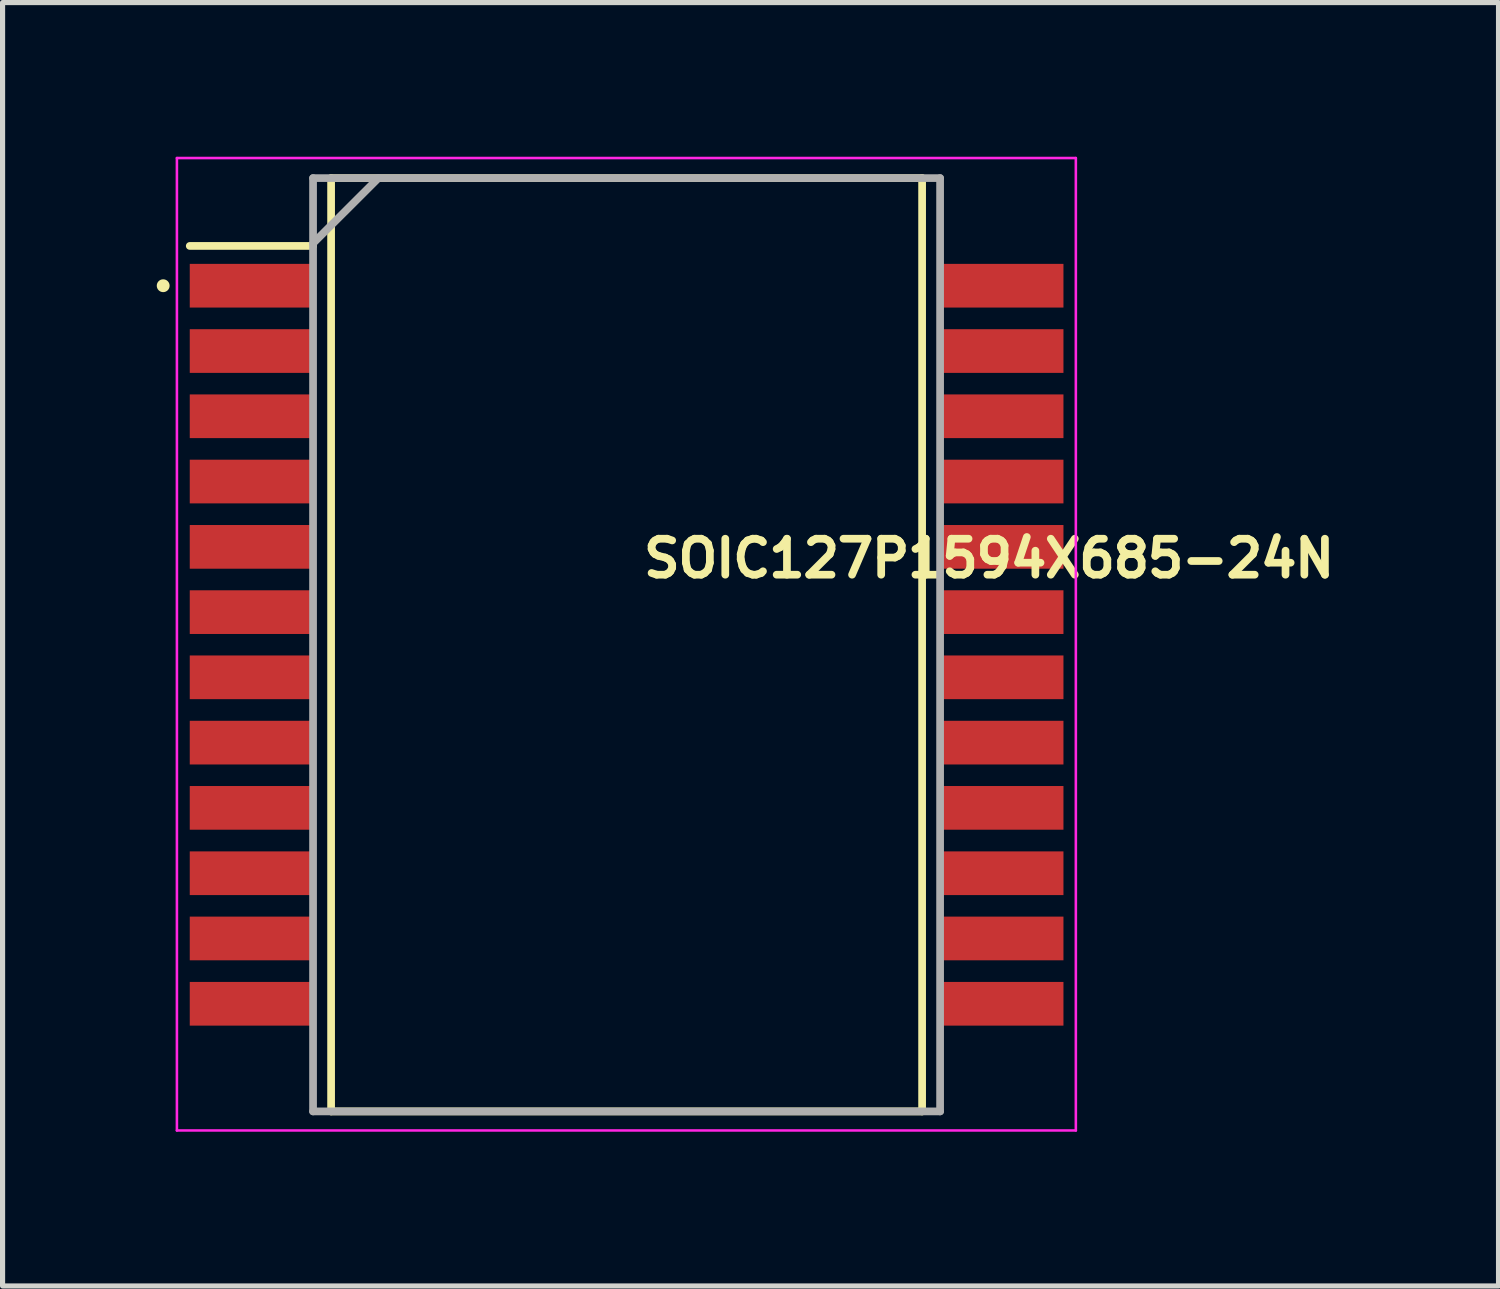
<source format=kicad_pcb>
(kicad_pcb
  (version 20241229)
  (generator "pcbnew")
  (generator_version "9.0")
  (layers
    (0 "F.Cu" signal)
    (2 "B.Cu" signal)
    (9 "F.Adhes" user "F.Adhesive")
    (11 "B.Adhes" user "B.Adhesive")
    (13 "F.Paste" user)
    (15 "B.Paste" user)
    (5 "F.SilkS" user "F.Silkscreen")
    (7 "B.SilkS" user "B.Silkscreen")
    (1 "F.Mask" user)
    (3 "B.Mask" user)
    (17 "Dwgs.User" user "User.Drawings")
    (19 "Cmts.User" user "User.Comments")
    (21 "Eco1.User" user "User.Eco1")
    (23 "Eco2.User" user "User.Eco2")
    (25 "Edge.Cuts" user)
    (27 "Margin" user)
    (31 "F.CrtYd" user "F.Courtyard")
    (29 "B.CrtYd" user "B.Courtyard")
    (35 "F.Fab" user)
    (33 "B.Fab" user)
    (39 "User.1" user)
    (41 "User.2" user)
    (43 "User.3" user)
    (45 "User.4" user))
  (footprint "SOIC127P1594X685-24N"
    (layer "F.Cu")
    (at 9.142 9.495)
    (property "Reference" "SOIC127P1594X685-24N" (at 0.254 -1.27 0) (layer "F.SilkS") (effects (font (size 0.7 0.7) (thickness 0.15)) (justify left bottom)))
    (attr smd)
    (fp_line (start -8.5 -7.76) (end -6.101 -7.76) (stroke (width 0.15) (type solid)) (layer "F.SilkS"))
    (fp_line (start -5.75 -9.08) (end 5.749 -9.08) (stroke (width 0.15) (type solid)) (layer "F.SilkS"))
    (fp_line (start -5.75 9.079) (end -5.75 -9.08) (stroke (width 0.15) (type solid)) (layer "F.SilkS"))
    (fp_line (start 5.749 -9.08) (end 5.749 9.079) (stroke (width 0.15) (type solid)) (layer "F.SilkS"))
    (fp_line (start 5.749 9.079) (end -5.75 9.079) (stroke (width 0.15) (type solid)) (layer "F.SilkS"))
    (fp_circle (center -9.017 -6.986) (end -8.967 -6.986) (stroke (width 0.15) (type solid)) (fill yes) (layer "F.SilkS"))
    (fp_line (start -8.75 -9.47) (end 8.74 -9.47) (stroke (width 0.05) (type solid)) (layer "F.CrtYd"))
    (fp_line (start -8.75 9.45) (end -8.75 -9.47) (stroke (width 0.05) (type solid)) (layer "F.CrtYd"))
    (fp_line (start 8.74 -9.47) (end 8.74 9.45) (stroke (width 0.05) (type solid)) (layer "F.CrtYd"))
    (fp_line (start 8.74 9.45) (end -8.75 9.45) (stroke (width 0.05) (type solid)) (layer "F.CrtYd"))
    (fp_line (start -6.101 -9.08) (end 6.099 -9.08) (stroke (width 0.15) (type solid)) (layer "F.Fab"))
    (fp_line (start -6.101 -7.811) (end -4.83 -9.08) (stroke (width 0.15) (type solid)) (layer "F.Fab"))
    (fp_line (start -6.101 9.079) (end -6.101 -9.08) (stroke (width 0.15) (type solid)) (layer "F.Fab"))
    (fp_line (start 6.099 -9.08) (end 6.099 9.079) (stroke (width 0.15) (type solid)) (layer "F.Fab"))
    (fp_line (start 6.099 9.079) (end -6.101 9.079) (stroke (width 0.15) (type solid)) (layer "F.Fab"))
    (fp_rect (start -8.001 -9.081) (end 7.999 9.079) (stroke (width 0.1) (type solid)) (fill no) (layer "User.5"))
    (fp_line (start -8.001 -7.239) (end -8.001 -6.731) (stroke (width 0.02) (type solid)) (layer "User.9"))
    (fp_line (start -8.001 -7.239) (end -7.305 -7.239) (stroke (width 0.02) (type solid)) (layer "User.9"))
    (fp_line (start -8.001 -6.731) (end -7.305 -6.731) (stroke (width 0.02) (type solid)) (layer "User.9"))
    (fp_line (start -8.001 -5.97) (end -8.001 -5.462) (stroke (width 0.02) (type solid)) (layer "User.9"))
    (fp_line (start -8.001 -5.97) (end -7.305 -5.97) (stroke (width 0.02) (type solid)) (layer "User.9"))
    (fp_line (start -8.001 -5.462) (end -7.305 -5.462) (stroke (width 0.02) (type solid)) (layer "User.9"))
    (fp_line (start -8.001 -4.699) (end -8.001 -4.191) (stroke (width 0.02) (type solid)) (layer "User.9"))
    (fp_line (start -8.001 -4.699) (end -7.305 -4.699) (stroke (width 0.02) (type solid)) (layer "User.9"))
    (fp_line (start -8.001 -4.191) (end -7.305 -4.191) (stroke (width 0.02) (type solid)) (layer "User.9"))
    (fp_line (start -8.001 -3.43) (end -8.001 -2.922) (stroke (width 0.02) (type solid)) (layer "User.9"))
    (fp_line (start -8.001 -3.43) (end -7.305 -3.43) (stroke (width 0.02) (type solid)) (layer "User.9"))
    (fp_line (start -8.001 -2.922) (end -7.305 -2.922) (stroke (width 0.02) (type solid)) (layer "User.9"))
    (fp_line (start -8.001 -2.16) (end -8.001 -1.651) (stroke (width 0.02) (type solid)) (layer "User.9"))
    (fp_line (start -8.001 -2.16) (end -7.305 -2.16) (stroke (width 0.02) (type solid)) (layer "User.9"))
    (fp_line (start -8.001 -1.651) (end -7.305 -1.651) (stroke (width 0.02) (type solid)) (layer "User.9"))
    (fp_line (start -8.001 -0.889) (end -8.001 -0.381) (stroke (width 0.02) (type solid)) (layer "User.9"))
    (fp_line (start -8.001 -0.889) (end -7.305 -0.889) (stroke (width 0.02) (type solid)) (layer "User.9"))
    (fp_line (start -8.001 -0.381) (end -7.305 -0.381) (stroke (width 0.02) (type solid)) (layer "User.9"))
    (fp_line (start -8.001 0.379) (end -8.001 0.887) (stroke (width 0.02) (type solid)) (layer "User.9"))
    (fp_line (start -8.001 0.379) (end -7.305 0.379) (stroke (width 0.02) (type solid)) (layer "User.9"))
    (fp_line (start -8.001 0.887) (end -7.305 0.887) (stroke (width 0.02) (type solid)) (layer "User.9"))
    (fp_line (start -8.001 1.65) (end -8.001 2.157) (stroke (width 0.02) (type solid)) (layer "User.9"))
    (fp_line (start -8.001 1.65) (end -7.305 1.65) (stroke (width 0.02) (type solid)) (layer "User.9"))
    (fp_line (start -8.001 2.157) (end -7.305 2.157) (stroke (width 0.02) (type solid)) (layer "User.9"))
    (fp_line (start -8.001 2.919) (end -8.001 3.427) (stroke (width 0.02) (type solid)) (layer "User.9"))
    (fp_line (start -8.001 2.919) (end -7.305 2.919) (stroke (width 0.02) (type solid)) (layer "User.9"))
    (fp_line (start -8.001 3.427) (end -7.305 3.427) (stroke (width 0.02) (type solid)) (layer "User.9"))
    (fp_line (start -8.001 4.19) (end -8.001 4.698) (stroke (width 0.02) (type solid)) (layer "User.9"))
    (fp_line (start -8.001 4.19) (end -7.305 4.19) (stroke (width 0.02) (type solid)) (layer "User.9"))
    (fp_line (start -8.001 4.698) (end -7.305 4.698) (stroke (width 0.02) (type solid)) (layer "User.9"))
    (fp_line (start -8.001 5.461) (end -8.001 5.969) (stroke (width 0.02) (type solid)) (layer "User.9"))
    (fp_line (start -8.001 5.461) (end -7.305 5.461) (stroke (width 0.02) (type solid)) (layer "User.9"))
    (fp_line (start -8.001 5.969) (end -7.305 5.969) (stroke (width 0.02) (type solid)) (layer "User.9"))
    (fp_line (start -8.001 6.73) (end -8.001 7.238) (stroke (width 0.02) (type solid)) (layer "User.9"))
    (fp_line (start -8.001 6.73) (end -7.305 6.73) (stroke (width 0.02) (type solid)) (layer "User.9"))
    (fp_line (start -8.001 7.238) (end -7.305 7.238) (stroke (width 0.02) (type solid)) (layer "User.9"))
    (fp_line (start -7.305 -7.239) (end -7.18 -7.239) (stroke (width 0.02) (type solid)) (layer "User.9"))
    (fp_line (start -7.305 -5.97) (end -7.18 -5.97) (stroke (width 0.02) (type solid)) (layer "User.9"))
    (fp_line (start -7.305 -4.699) (end -7.18 -4.699) (stroke (width 0.02) (type solid)) (layer "User.9"))
    (fp_line (start -7.305 -3.43) (end -7.18 -3.43) (stroke (width 0.02) (type solid)) (layer "User.9"))
    (fp_line (start -7.305 -2.16) (end -7.18 -2.16) (stroke (width 0.02) (type solid)) (layer "User.9"))
    (fp_line (start -7.305 -0.889) (end -7.18 -0.889) (stroke (width 0.02) (type solid)) (layer "User.9"))
    (fp_line (start -7.305 0.379) (end -7.18 0.379) (stroke (width 0.02) (type solid)) (layer "User.9"))
    (fp_line (start -7.305 1.65) (end -7.18 1.65) (stroke (width 0.02) (type solid)) (layer "User.9"))
    (fp_line (start -7.305 2.919) (end -7.18 2.919) (stroke (width 0.02) (type solid)) (layer "User.9"))
    (fp_line (start -7.305 4.19) (end -7.18 4.19) (stroke (width 0.02) (type solid)) (layer "User.9"))
    (fp_line (start -7.305 5.461) (end -7.18 5.461) (stroke (width 0.02) (type solid)) (layer "User.9"))
    (fp_line (start -7.305 6.73) (end -7.18 6.73) (stroke (width 0.02) (type solid)) (layer "User.9"))
    (fp_line (start -7.18 -7.239) (end -6.874 -7.239) (stroke (width 0.02) (type solid)) (layer "User.9"))
    (fp_line (start -7.18 -6.731) (end -7.305 -6.731) (stroke (width 0.02) (type solid)) (layer "User.9"))
    (fp_line (start -7.18 -6.731) (end -6.874 -6.731) (stroke (width 0.02) (type solid)) (layer "User.9"))
    (fp_line (start -7.18 -5.97) (end -6.874 -5.97) (stroke (width 0.02) (type solid)) (layer "User.9"))
    (fp_line (start -7.18 -5.462) (end -7.305 -5.462) (stroke (width 0.02) (type solid)) (layer "User.9"))
    (fp_line (start -7.18 -5.462) (end -6.874 -5.462) (stroke (width 0.02) (type solid)) (layer "User.9"))
    (fp_line (start -7.18 -4.699) (end -6.874 -4.699) (stroke (width 0.02) (type solid)) (layer "User.9"))
    (fp_line (start -7.18 -4.191) (end -7.305 -4.191) (stroke (width 0.02) (type solid)) (layer "User.9"))
    (fp_line (start -7.18 -4.191) (end -6.874 -4.191) (stroke (width 0.02) (type solid)) (layer "User.9"))
    (fp_line (start -7.18 -3.43) (end -6.874 -3.43) (stroke (width 0.02) (type solid)) (layer "User.9"))
    (fp_line (start -7.18 -2.922) (end -7.305 -2.922) (stroke (width 0.02) (type solid)) (layer "User.9"))
    (fp_line (start -7.18 -2.922) (end -6.874 -2.922) (stroke (width 0.02) (type solid)) (layer "User.9"))
    (fp_line (start -7.18 -2.16) (end -6.874 -2.16) (stroke (width 0.02) (type solid)) (layer "User.9"))
    (fp_line (start -7.18 -1.651) (end -7.305 -1.651) (stroke (width 0.02) (type solid)) (layer "User.9"))
    (fp_line (start -7.18 -1.651) (end -6.874 -1.651) (stroke (width 0.02) (type solid)) (layer "User.9"))
    (fp_line (start -7.18 -0.889) (end -6.874 -0.889) (stroke (width 0.02) (type solid)) (layer "User.9"))
    (fp_line (start -7.18 -0.381) (end -7.305 -0.381) (stroke (width 0.02) (type solid)) (layer "User.9"))
    (fp_line (start -7.18 -0.381) (end -6.874 -0.381) (stroke (width 0.02) (type solid)) (layer "User.9"))
    (fp_line (start -7.18 0.379) (end -6.874 0.379) (stroke (width 0.02) (type solid)) (layer "User.9"))
    (fp_line (start -7.18 0.887) (end -7.305 0.887) (stroke (width 0.02) (type solid)) (layer "User.9"))
    (fp_line (start -7.18 0.887) (end -6.874 0.887) (stroke (width 0.02) (type solid)) (layer "User.9"))
    (fp_line (start -7.18 1.65) (end -6.874 1.65) (stroke (width 0.02) (type solid)) (layer "User.9"))
    (fp_line (start -7.18 2.157) (end -7.305 2.157) (stroke (width 0.02) (type solid)) (layer "User.9"))
    (fp_line (start -7.18 2.157) (end -6.874 2.157) (stroke (width 0.02) (type solid)) (layer "User.9"))
    (fp_line (start -7.18 2.919) (end -6.874 2.919) (stroke (width 0.02) (type solid)) (layer "User.9"))
    (fp_line (start -7.18 3.427) (end -7.305 3.427) (stroke (width 0.02) (type solid)) (layer "User.9"))
    (fp_line (start -7.18 3.427) (end -6.874 3.427) (stroke (width 0.02) (type solid)) (layer "User.9"))
    (fp_line (start -7.18 4.19) (end -6.874 4.19) (stroke (width 0.02) (type solid)) (layer "User.9"))
    (fp_line (start -7.18 4.698) (end -7.305 4.698) (stroke (width 0.02) (type solid)) (layer "User.9"))
    (fp_line (start -7.18 4.698) (end -6.874 4.698) (stroke (width 0.02) (type solid)) (layer "User.9"))
    (fp_line (start -7.18 5.461) (end -6.874 5.461) (stroke (width 0.02) (type solid)) (layer "User.9"))
    (fp_line (start -7.18 5.969) (end -7.305 5.969) (stroke (width 0.02) (type solid)) (layer "User.9"))
    (fp_line (start -7.18 5.969) (end -6.874 5.969) (stroke (width 0.02) (type solid)) (layer "User.9"))
    (fp_line (start -7.18 6.73) (end -6.874 6.73) (stroke (width 0.02) (type solid)) (layer "User.9"))
    (fp_line (start -7.18 7.238) (end -7.305 7.238) (stroke (width 0.02) (type solid)) (layer "User.9"))
    (fp_line (start -7.18 7.238) (end -6.874 7.238) (stroke (width 0.02) (type solid)) (layer "User.9"))
    (fp_line (start -6.874 -7.239) (end -6.499 -7.239) (stroke (width 0.02) (type solid)) (layer "User.9"))
    (fp_line (start -6.874 -5.97) (end -6.499 -5.97) (stroke (width 0.02) (type solid)) (layer "User.9"))
    (fp_line (start -6.874 -4.699) (end -6.499 -4.699) (stroke (width 0.02) (type solid)) (layer "User.9"))
    (fp_line (start -6.874 -3.43) (end -6.499 -3.43) (stroke (width 0.02) (type solid)) (layer "User.9"))
    (fp_line (start -6.874 -2.16) (end -6.499 -2.16) (stroke (width 0.02) (type solid)) (layer "User.9"))
    (fp_line (start -6.874 -0.889) (end -6.499 -0.889) (stroke (width 0.02) (type solid)) (layer "User.9"))
    (fp_line (start -6.874 0.379) (end -6.499 0.379) (stroke (width 0.02) (type solid)) (layer "User.9"))
    (fp_line (start -6.874 1.65) (end -6.499 1.65) (stroke (width 0.02) (type solid)) (layer "User.9"))
    (fp_line (start -6.874 2.919) (end -6.499 2.919) (stroke (width 0.02) (type solid)) (layer "User.9"))
    (fp_line (start -6.874 4.19) (end -6.499 4.19) (stroke (width 0.02) (type solid)) (layer "User.9"))
    (fp_line (start -6.874 5.461) (end -6.499 5.461) (stroke (width 0.02) (type solid)) (layer "User.9"))
    (fp_line (start -6.874 6.73) (end -6.499 6.73) (stroke (width 0.02) (type solid)) (layer "User.9"))
    (fp_line (start -6.499 -7.239) (end -6.096 -7.239) (stroke (width 0.02) (type solid)) (layer "User.9"))
    (fp_line (start -6.499 -6.731) (end -6.874 -6.731) (stroke (width 0.02) (type solid)) (layer "User.9"))
    (fp_line (start -6.499 -6.731) (end -6.096 -6.731) (stroke (width 0.02) (type solid)) (layer "User.9"))
    (fp_line (start -6.499 -5.97) (end -6.096 -5.97) (stroke (width 0.02) (type solid)) (layer "User.9"))
    (fp_line (start -6.499 -5.462) (end -6.874 -5.462) (stroke (width 0.02) (type solid)) (layer "User.9"))
    (fp_line (start -6.499 -5.462) (end -6.096 -5.462) (stroke (width 0.02) (type solid)) (layer "User.9"))
    (fp_line (start -6.499 -4.699) (end -6.096 -4.699) (stroke (width 0.02) (type solid)) (layer "User.9"))
    (fp_line (start -6.499 -4.191) (end -6.874 -4.191) (stroke (width 0.02) (type solid)) (layer "User.9"))
    (fp_line (start -6.499 -4.191) (end -6.096 -4.191) (stroke (width 0.02) (type solid)) (layer "User.9"))
    (fp_line (start -6.499 -3.43) (end -6.096 -3.43) (stroke (width 0.02) (type solid)) (layer "User.9"))
    (fp_line (start -6.499 -2.922) (end -6.874 -2.922) (stroke (width 0.02) (type solid)) (layer "User.9"))
    (fp_line (start -6.499 -2.922) (end -6.096 -2.922) (stroke (width 0.02) (type solid)) (layer "User.9"))
    (fp_line (start -6.499 -2.16) (end -6.096 -2.16) (stroke (width 0.02) (type solid)) (layer "User.9"))
    (fp_line (start -6.499 -1.651) (end -6.874 -1.651) (stroke (width 0.02) (type solid)) (layer "User.9"))
    (fp_line (start -6.499 -1.651) (end -6.096 -1.651) (stroke (width 0.02) (type solid)) (layer "User.9"))
    (fp_line (start -6.499 -0.889) (end -6.096 -0.889) (stroke (width 0.02) (type solid)) (layer "User.9"))
    (fp_line (start -6.499 -0.381) (end -6.874 -0.381) (stroke (width 0.02) (type solid)) (layer "User.9"))
    (fp_line (start -6.499 -0.381) (end -6.096 -0.381) (stroke (width 0.02) (type solid)) (layer "User.9"))
    (fp_line (start -6.499 0.379) (end -6.096 0.379) (stroke (width 0.02) (type solid)) (layer "User.9"))
    (fp_line (start -6.499 0.887) (end -6.874 0.887) (stroke (width 0.02) (type solid)) (layer "User.9"))
    (fp_line (start -6.499 0.887) (end -6.096 0.887) (stroke (width 0.02) (type solid)) (layer "User.9"))
    (fp_line (start -6.499 1.65) (end -6.096 1.65) (stroke (width 0.02) (type solid)) (layer "User.9"))
    (fp_line (start -6.499 2.157) (end -6.874 2.157) (stroke (width 0.02) (type solid)) (layer "User.9"))
    (fp_line (start -6.499 2.157) (end -6.096 2.157) (stroke (width 0.02) (type solid)) (layer "User.9"))
    (fp_line (start -6.499 2.919) (end -6.096 2.919) (stroke (width 0.02) (type solid)) (layer "User.9"))
    (fp_line (start -6.499 3.427) (end -6.874 3.427) (stroke (width 0.02) (type solid)) (layer "User.9"))
    (fp_line (start -6.499 3.427) (end -6.096 3.427) (stroke (width 0.02) (type solid)) (layer "User.9"))
    (fp_line (start -6.499 4.19) (end -6.096 4.19) (stroke (width 0.02) (type solid)) (layer "User.9"))
    (fp_line (start -6.499 4.698) (end -6.874 4.698) (stroke (width 0.02) (type solid)) (layer "User.9"))
    (fp_line (start -6.499 4.698) (end -6.096 4.698) (stroke (width 0.02) (type solid)) (layer "User.9"))
    (fp_line (start -6.499 5.461) (end -6.096 5.461) (stroke (width 0.02) (type solid)) (layer "User.9"))
    (fp_line (start -6.499 5.969) (end -6.874 5.969) (stroke (width 0.02) (type solid)) (layer "User.9"))
    (fp_line (start -6.499 5.969) (end -6.096 5.969) (stroke (width 0.02) (type solid)) (layer "User.9"))
    (fp_line (start -6.499 6.73) (end -6.096 6.73) (stroke (width 0.02) (type solid)) (layer "User.9"))
    (fp_line (start -6.499 7.238) (end -6.874 7.238) (stroke (width 0.02) (type solid)) (layer "User.9"))
    (fp_line (start -6.499 7.238) (end -6.096 7.238) (stroke (width 0.02) (type solid)) (layer "User.9"))
    (fp_line (start -6.096 -9.081) (end -6.096 9.079) (stroke (width 0.02) (type solid)) (layer "User.9"))
    (fp_line (start -6.096 9.079) (end 6.094 9.079) (stroke (width 0.02) (type solid)) (layer "User.9"))
    (fp_line (start -4.7 -6.984) (end -4.698 -6.95) (stroke (width 0.02) (type solid)) (layer "User.9"))
    (fp_line (start -4.698 -7.016) (end -4.7 -6.984) (stroke (width 0.02) (type solid)) (layer "User.9"))
    (fp_line (start -4.698 -6.95) (end -4.696 -6.918) (stroke (width 0.02) (type solid)) (layer "User.9"))
    (fp_line (start -4.696 -7.048) (end -4.698 -7.016) (stroke (width 0.02) (type solid)) (layer "User.9"))
    (fp_line (start -4.696 -6.918) (end -4.692 -6.886) (stroke (width 0.02) (type solid)) (layer "User.9"))
    (fp_line (start -4.692 -7.08) (end -4.696 -7.048) (stroke (width 0.02) (type solid)) (layer "User.9"))
    (fp_line (start -4.692 -6.886) (end -4.686 -6.855) (stroke (width 0.02) (type solid)) (layer "User.9"))
    (fp_line (start -4.686 -7.112) (end -4.692 -7.08) (stroke (width 0.02) (type solid)) (layer "User.9"))
    (fp_line (start -4.686 -6.855) (end -4.678 -6.825) (stroke (width 0.02) (type solid)) (layer "User.9"))
    (fp_line (start -4.678 -7.142) (end -4.686 -7.112) (stroke (width 0.02) (type solid)) (layer "User.9"))
    (fp_line (start -4.678 -6.825) (end -4.67 -6.795) (stroke (width 0.02) (type solid)) (layer "User.9"))
    (fp_line (start -4.67 -7.173) (end -4.678 -7.142) (stroke (width 0.02) (type solid)) (layer "User.9"))
    (fp_line (start -4.67 -6.795) (end -4.66 -6.766) (stroke (width 0.02) (type solid)) (layer "User.9"))
    (fp_line (start -4.66 -7.202) (end -4.67 -7.173) (stroke (width 0.02) (type solid)) (layer "User.9"))
    (fp_line (start -4.66 -6.766) (end -4.648 -6.737) (stroke (width 0.02) (type solid)) (layer "User.9"))
    (fp_line (start -4.648 -7.23) (end -4.66 -7.202) (stroke (width 0.02) (type solid)) (layer "User.9"))
    (fp_line (start -4.648 -6.737) (end -4.636 -6.708) (stroke (width 0.02) (type solid)) (layer "User.9"))
    (fp_line (start -4.636 -7.258) (end -4.648 -7.23) (stroke (width 0.02) (type solid)) (layer "User.9"))
    (fp_line (start -4.636 -6.708) (end -4.623 -6.681) (stroke (width 0.02) (type solid)) (layer "User.9"))
    (fp_line (start -4.623 -7.287) (end -4.636 -7.258) (stroke (width 0.02) (type solid)) (layer "User.9"))
    (fp_line (start -4.623 -6.681) (end -4.607 -6.655) (stroke (width 0.02) (type solid)) (layer "User.9"))
    (fp_line (start -4.607 -7.312) (end -4.623 -7.287) (stroke (width 0.02) (type solid)) (layer "User.9"))
    (fp_line (start -4.607 -6.655) (end -4.591 -6.628) (stroke (width 0.02) (type solid)) (layer "User.9"))
    (fp_line (start -4.591 -7.338) (end -4.607 -7.312) (stroke (width 0.02) (type solid)) (layer "User.9"))
    (fp_line (start -4.591 -6.628) (end -4.573 -6.604) (stroke (width 0.02) (type solid)) (layer "User.9"))
    (fp_line (start -4.573 -7.363) (end -4.591 -7.338) (stroke (width 0.02) (type solid)) (layer "User.9"))
    (fp_line (start -4.573 -6.604) (end -4.554 -6.58) (stroke (width 0.02) (type solid)) (layer "User.9"))
    (fp_line (start -4.554 -7.388) (end -4.573 -7.363) (stroke (width 0.02) (type solid)) (layer "User.9"))
    (fp_line (start -4.554 -6.58) (end -4.533 -6.556) (stroke (width 0.02) (type solid)) (layer "User.9"))
    (fp_line (start -4.533 -7.41) (end -4.554 -7.388) (stroke (width 0.02) (type solid)) (layer "User.9"))
    (fp_line (start -4.533 -6.556) (end -4.512 -6.534) (stroke (width 0.02) (type solid)) (layer "User.9"))
    (fp_line (start -4.512 -7.432) (end -4.533 -7.41) (stroke (width 0.02) (type solid)) (layer "User.9"))
    (fp_line (start -4.512 -6.534) (end -4.49 -6.514) (stroke (width 0.02) (type solid)) (layer "User.9"))
    (fp_line (start -4.49 -7.453) (end -4.512 -7.432) (stroke (width 0.02) (type solid)) (layer "User.9"))
    (fp_line (start -4.49 -6.514) (end -4.467 -6.494) (stroke (width 0.02) (type solid)) (layer "User.9"))
    (fp_line (start -4.467 -7.474) (end -4.49 -7.453) (stroke (width 0.02) (type solid)) (layer "User.9"))
    (fp_line (start -4.467 -6.494) (end -4.443 -6.475) (stroke (width 0.02) (type solid)) (layer "User.9"))
    (fp_line (start -4.443 -7.493) (end -4.467 -7.474) (stroke (width 0.02) (type solid)) (layer "User.9"))
    (fp_line (start -4.443 -6.475) (end -4.418 -6.457) (stroke (width 0.02) (type solid)) (layer "User.9"))
    (fp_line (start -4.418 -7.509) (end -4.443 -7.493) (stroke (width 0.02) (type solid)) (layer "User.9"))
    (fp_line (start -4.418 -6.457) (end -4.394 -6.44) (stroke (width 0.02) (type solid)) (layer "User.9"))
    (fp_line (start -4.394 -7.527) (end -4.418 -7.509) (stroke (width 0.02) (type solid)) (layer "User.9"))
    (fp_line (start -4.394 -6.44) (end -4.366 -6.425) (stroke (width 0.02) (type solid)) (layer "User.9"))
    (fp_line (start -4.366 -7.541) (end -4.394 -7.527) (stroke (width 0.02) (type solid)) (layer "User.9"))
    (fp_line (start -4.366 -6.425) (end -4.339 -6.412) (stroke (width 0.02) (type solid)) (layer "User.9"))
    (fp_line (start -4.339 -7.556) (end -4.366 -7.541) (stroke (width 0.02) (type solid)) (layer "User.9"))
    (fp_line (start -4.339 -6.412) (end -4.312 -6.399) (stroke (width 0.02) (type solid)) (layer "User.9"))
    (fp_line (start -4.312 -7.569) (end -4.339 -7.556) (stroke (width 0.02) (type solid)) (layer "User.9"))
    (fp_line (start -4.312 -6.399) (end -4.283 -6.387) (stroke (width 0.02) (type solid)) (layer "User.9"))
    (fp_line (start -4.283 -7.58) (end -4.312 -7.569) (stroke (width 0.02) (type solid)) (layer "User.9"))
    (fp_line (start -4.283 -6.387) (end -4.253 -6.377) (stroke (width 0.02) (type solid)) (layer "User.9"))
    (fp_line (start -4.253 -7.589) (end -4.283 -7.58) (stroke (width 0.02) (type solid)) (layer "User.9"))
    (fp_line (start -4.253 -6.377) (end -4.222 -6.369) (stroke (width 0.02) (type solid)) (layer "User.9"))
    (fp_line (start -4.222 -7.599) (end -4.253 -7.589) (stroke (width 0.02) (type solid)) (layer "User.9"))
    (fp_line (start -4.222 -6.369) (end -4.192 -6.361) (stroke (width 0.02) (type solid)) (layer "User.9"))
    (fp_line (start -4.192 -7.605) (end -4.222 -7.599) (stroke (width 0.02) (type solid)) (layer "User.9"))
    (fp_line (start -4.192 -6.361) (end -4.16 -6.357) (stroke (width 0.02) (type solid)) (layer "User.9"))
    (fp_line (start -4.16 -7.61) (end -4.192 -7.605) (stroke (width 0.02) (type solid)) (layer "User.9"))
    (fp_line (start -4.16 -6.357) (end -4.129 -6.353) (stroke (width 0.02) (type solid)) (layer "User.9"))
    (fp_line (start -4.129 -7.615) (end -4.16 -7.61) (stroke (width 0.02) (type solid)) (layer "User.9"))
    (fp_line (start -4.129 -6.353) (end -4.097 -6.35) (stroke (width 0.02) (type solid)) (layer "User.9"))
    (fp_line (start -4.097 -7.618) (end -4.129 -7.615) (stroke (width 0.02) (type solid)) (layer "User.9"))
    (fp_line (start -4.097 -6.35) (end -4.065 -6.348) (stroke (width 0.02) (type solid)) (layer "User.9"))
    (fp_line (start -4.065 -7.618) (end -4.097 -7.618) (stroke (width 0.02) (type solid)) (layer "User.9"))
    (fp_line (start -4.065 -7.618) (end -4.065 -7.618) (stroke (width 0.02) (type solid)) (layer "User.9"))
    (fp_line (start -4.065 -6.348) (end -4.065 -6.348) (stroke (width 0.02) (type solid)) (layer "User.9"))
    (fp_line (start -4.065 -6.348) (end -4.032 -6.35) (stroke (width 0.02) (type solid)) (layer "User.9"))
    (fp_line (start -4.032 -7.618) (end -4.065 -7.618) (stroke (width 0.02) (type solid)) (layer "User.9"))
    (fp_line (start -4.032 -6.35) (end -3.999 -6.353) (stroke (width 0.02) (type solid)) (layer "User.9"))
    (fp_line (start -3.999 -7.615) (end -4.032 -7.618) (stroke (width 0.02) (type solid)) (layer "User.9"))
    (fp_line (start -3.999 -6.353) (end -3.967 -6.357) (stroke (width 0.02) (type solid)) (layer "User.9"))
    (fp_line (start -3.967 -7.61) (end -3.999 -7.615) (stroke (width 0.02) (type solid)) (layer "User.9"))
    (fp_line (start -3.967 -6.357) (end -3.937 -6.361) (stroke (width 0.02) (type solid)) (layer "User.9"))
    (fp_line (start -3.937 -7.605) (end -3.967 -7.61) (stroke (width 0.02) (type solid)) (layer "User.9"))
    (fp_line (start -3.937 -6.361) (end -3.905 -6.369) (stroke (width 0.02) (type solid)) (layer "User.9"))
    (fp_line (start -3.905 -7.599) (end -3.937 -7.605) (stroke (width 0.02) (type solid)) (layer "User.9"))
    (fp_line (start -3.905 -6.369) (end -3.876 -6.377) (stroke (width 0.02) (type solid)) (layer "User.9"))
    (fp_line (start -3.876 -7.589) (end -3.905 -7.599) (stroke (width 0.02) (type solid)) (layer "User.9"))
    (fp_line (start -3.876 -6.377) (end -3.846 -6.387) (stroke (width 0.02) (type solid)) (layer "User.9"))
    (fp_line (start -3.846 -7.58) (end -3.876 -7.589) (stroke (width 0.02) (type solid)) (layer "User.9"))
    (fp_line (start -3.846 -6.387) (end -3.817 -6.399) (stroke (width 0.02) (type solid)) (layer "User.9"))
    (fp_line (start -3.817 -7.569) (end -3.846 -7.58) (stroke (width 0.02) (type solid)) (layer "User.9"))
    (fp_line (start -3.817 -6.399) (end -3.788 -6.412) (stroke (width 0.02) (type solid)) (layer "User.9"))
    (fp_line (start -3.788 -7.556) (end -3.817 -7.569) (stroke (width 0.02) (type solid)) (layer "User.9"))
    (fp_line (start -3.788 -6.412) (end -3.762 -6.425) (stroke (width 0.02) (type solid)) (layer "User.9"))
    (fp_line (start -3.762 -7.541) (end -3.788 -7.556) (stroke (width 0.02) (type solid)) (layer "User.9"))
    (fp_line (start -3.762 -6.425) (end -3.735 -6.44) (stroke (width 0.02) (type solid)) (layer "User.9"))
    (fp_line (start -3.735 -7.527) (end -3.762 -7.541) (stroke (width 0.02) (type solid)) (layer "User.9"))
    (fp_line (start -3.735 -6.44) (end -3.709 -6.457) (stroke (width 0.02) (type solid)) (layer "User.9"))
    (fp_line (start -3.709 -7.509) (end -3.735 -7.527) (stroke (width 0.02) (type solid)) (layer "User.9"))
    (fp_line (start -3.709 -6.457) (end -3.684 -6.475) (stroke (width 0.02) (type solid)) (layer "User.9"))
    (fp_line (start -3.684 -7.493) (end -3.709 -7.509) (stroke (width 0.02) (type solid)) (layer "User.9"))
    (fp_line (start -3.684 -6.475) (end -3.66 -6.494) (stroke (width 0.02) (type solid)) (layer "User.9"))
    (fp_line (start -3.66 -7.474) (end -3.684 -7.493) (stroke (width 0.02) (type solid)) (layer "User.9"))
    (fp_line (start -3.66 -6.494) (end -3.637 -6.514) (stroke (width 0.02) (type solid)) (layer "User.9"))
    (fp_line (start -3.637 -7.453) (end -3.66 -7.474) (stroke (width 0.02) (type solid)) (layer "User.9"))
    (fp_line (start -3.637 -6.514) (end -3.615 -6.534) (stroke (width 0.02) (type solid)) (layer "User.9"))
    (fp_line (start -3.615 -7.432) (end -3.637 -7.453) (stroke (width 0.02) (type solid)) (layer "User.9"))
    (fp_line (start -3.615 -6.534) (end -3.594 -6.556) (stroke (width 0.02) (type solid)) (layer "User.9"))
    (fp_line (start -3.594 -7.41) (end -3.615 -7.432) (stroke (width 0.02) (type solid)) (layer "User.9"))
    (fp_line (start -3.594 -6.556) (end -3.575 -6.58) (stroke (width 0.02) (type solid)) (layer "User.9"))
    (fp_line (start -3.575 -7.388) (end -3.594 -7.41) (stroke (width 0.02) (type solid)) (layer "User.9"))
    (fp_line (start -3.575 -6.58) (end -3.556 -6.604) (stroke (width 0.02) (type solid)) (layer "User.9"))
    (fp_line (start -3.556 -7.363) (end -3.575 -7.388) (stroke (width 0.02) (type solid)) (layer "User.9"))
    (fp_line (start -3.556 -6.604) (end -3.538 -6.628) (stroke (width 0.02) (type solid)) (layer "User.9"))
    (fp_line (start -3.538 -7.338) (end -3.556 -7.363) (stroke (width 0.02) (type solid)) (layer "User.9"))
    (fp_line (start -3.538 -6.628) (end -3.522 -6.655) (stroke (width 0.02) (type solid)) (layer "User.9"))
    (fp_line (start -3.522 -7.312) (end -3.538 -7.338) (stroke (width 0.02) (type solid)) (layer "User.9"))
    (fp_line (start -3.522 -6.655) (end -3.506 -6.681) (stroke (width 0.02) (type solid)) (layer "User.9"))
    (fp_line (start -3.506 -7.287) (end -3.522 -7.312) (stroke (width 0.02) (type solid)) (layer "User.9"))
    (fp_line (start -3.506 -6.681) (end -3.491 -6.708) (stroke (width 0.02) (type solid)) (layer "User.9"))
    (fp_line (start -3.491 -7.258) (end -3.506 -7.287) (stroke (width 0.02) (type solid)) (layer "User.9"))
    (fp_line (start -3.491 -6.708) (end -3.48 -6.737) (stroke (width 0.02) (type solid)) (layer "User.9"))
    (fp_line (start -3.48 -7.23) (end -3.491 -7.258) (stroke (width 0.02) (type solid)) (layer "User.9"))
    (fp_line (start -3.48 -6.737) (end -3.467 -6.766) (stroke (width 0.02) (type solid)) (layer "User.9"))
    (fp_line (start -3.467 -7.202) (end -3.48 -7.23) (stroke (width 0.02) (type solid)) (layer "User.9"))
    (fp_line (start -3.467 -6.766) (end -3.458 -6.795) (stroke (width 0.02) (type solid)) (layer "User.9"))
    (fp_line (start -3.458 -7.173) (end -3.467 -7.202) (stroke (width 0.02) (type solid)) (layer "User.9"))
    (fp_line (start -3.458 -6.795) (end -3.45 -6.825) (stroke (width 0.02) (type solid)) (layer "User.9"))
    (fp_line (start -3.45 -7.142) (end -3.458 -7.173) (stroke (width 0.02) (type solid)) (layer "User.9"))
    (fp_line (start -3.45 -6.825) (end -3.442 -6.855) (stroke (width 0.02) (type solid)) (layer "User.9"))
    (fp_line (start -3.442 -7.112) (end -3.45 -7.142) (stroke (width 0.02) (type solid)) (layer "User.9"))
    (fp_line (start -3.442 -6.855) (end -3.437 -6.886) (stroke (width 0.02) (type solid)) (layer "User.9"))
    (fp_line (start -3.437 -7.08) (end -3.442 -7.112) (stroke (width 0.02) (type solid)) (layer "User.9"))
    (fp_line (start -3.437 -6.886) (end -3.432 -6.918) (stroke (width 0.02) (type solid)) (layer "User.9"))
    (fp_line (start -3.432 -7.048) (end -3.437 -7.08) (stroke (width 0.02) (type solid)) (layer "User.9"))
    (fp_line (start -3.432 -6.918) (end -3.429 -6.95) (stroke (width 0.02) (type solid)) (layer "User.9"))
    (fp_line (start -3.429 -7.016) (end -3.432 -7.048) (stroke (width 0.02) (type solid)) (layer "User.9"))
    (fp_line (start -3.429 -6.984) (end -3.429 -7.016) (stroke (width 0.02) (type solid)) (layer "User.9"))
    (fp_line (start -3.429 -6.95) (end -3.429 -6.984) (stroke (width 0.02) (type solid)) (layer "User.9"))
    (fp_line (start 6.094 -9.081) (end -6.096 -9.081) (stroke (width 0.02) (type solid)) (layer "User.9"))
    (fp_line (start 6.094 -7.239) (end 6.496 -7.239) (stroke (width 0.02) (type solid)) (layer "User.9"))
    (fp_line (start 6.094 -6.731) (end 6.496 -6.731) (stroke (width 0.02) (type solid)) (layer "User.9"))
    (fp_line (start 6.094 -5.97) (end 6.496 -5.97) (stroke (width 0.02) (type solid)) (layer "User.9"))
    (fp_line (start 6.094 -5.462) (end 6.496 -5.462) (stroke (width 0.02) (type solid)) (layer "User.9"))
    (fp_line (start 6.094 -4.699) (end 6.496 -4.699) (stroke (width 0.02) (type solid)) (layer "User.9"))
    (fp_line (start 6.094 -4.191) (end 6.496 -4.191) (stroke (width 0.02) (type solid)) (layer "User.9"))
    (fp_line (start 6.094 -3.43) (end 6.496 -3.43) (stroke (width 0.02) (type solid)) (layer "User.9"))
    (fp_line (start 6.094 -2.922) (end 6.496 -2.922) (stroke (width 0.02) (type solid)) (layer "User.9"))
    (fp_line (start 6.094 -2.16) (end 6.496 -2.16) (stroke (width 0.02) (type solid)) (layer "User.9"))
    (fp_line (start 6.094 -1.651) (end 6.496 -1.651) (stroke (width 0.02) (type solid)) (layer "User.9"))
    (fp_line (start 6.094 -0.889) (end 6.496 -0.889) (stroke (width 0.02) (type solid)) (layer "User.9"))
    (fp_line (start 6.094 -0.381) (end 6.496 -0.381) (stroke (width 0.02) (type solid)) (layer "User.9"))
    (fp_line (start 6.094 0.379) (end 6.496 0.379) (stroke (width 0.02) (type solid)) (layer "User.9"))
    (fp_line (start 6.094 0.887) (end 6.496 0.887) (stroke (width 0.02) (type solid)) (layer "User.9"))
    (fp_line (start 6.094 1.65) (end 6.496 1.65) (stroke (width 0.02) (type solid)) (layer "User.9"))
    (fp_line (start 6.094 2.157) (end 6.496 2.157) (stroke (width 0.02) (type solid)) (layer "User.9"))
    (fp_line (start 6.094 2.919) (end 6.496 2.919) (stroke (width 0.02) (type solid)) (layer "User.9"))
    (fp_line (start 6.094 3.427) (end 6.496 3.427) (stroke (width 0.02) (type solid)) (layer "User.9"))
    (fp_line (start 6.094 4.19) (end 6.496 4.19) (stroke (width 0.02) (type solid)) (layer "User.9"))
    (fp_line (start 6.094 4.698) (end 6.496 4.698) (stroke (width 0.02) (type solid)) (layer "User.9"))
    (fp_line (start 6.094 5.461) (end 6.496 5.461) (stroke (width 0.02) (type solid)) (layer "User.9"))
    (fp_line (start 6.094 5.969) (end 6.496 5.969) (stroke (width 0.02) (type solid)) (layer "User.9"))
    (fp_line (start 6.094 6.73) (end 6.496 6.73) (stroke (width 0.02) (type solid)) (layer "User.9"))
    (fp_line (start 6.094 7.238) (end 6.496 7.238) (stroke (width 0.02) (type solid)) (layer "User.9"))
    (fp_line (start 6.094 9.079) (end 6.094 -9.081) (stroke (width 0.02) (type solid)) (layer "User.9"))
    (fp_line (start 6.496 -7.239) (end 6.871 -7.239) (stroke (width 0.02) (type solid)) (layer "User.9"))
    (fp_line (start 6.496 -5.97) (end 6.871 -5.97) (stroke (width 0.02) (type solid)) (layer "User.9"))
    (fp_line (start 6.496 -4.699) (end 6.871 -4.699) (stroke (width 0.02) (type solid)) (layer "User.9"))
    (fp_line (start 6.496 -3.43) (end 6.871 -3.43) (stroke (width 0.02) (type solid)) (layer "User.9"))
    (fp_line (start 6.496 -2.16) (end 6.871 -2.16) (stroke (width 0.02) (type solid)) (layer "User.9"))
    (fp_line (start 6.496 -0.889) (end 6.871 -0.889) (stroke (width 0.02) (type solid)) (layer "User.9"))
    (fp_line (start 6.496 0.379) (end 6.871 0.379) (stroke (width 0.02) (type solid)) (layer "User.9"))
    (fp_line (start 6.496 1.65) (end 6.871 1.65) (stroke (width 0.02) (type solid)) (layer "User.9"))
    (fp_line (start 6.496 2.919) (end 6.871 2.919) (stroke (width 0.02) (type solid)) (layer "User.9"))
    (fp_line (start 6.496 4.19) (end 6.871 4.19) (stroke (width 0.02) (type solid)) (layer "User.9"))
    (fp_line (start 6.496 5.461) (end 6.871 5.461) (stroke (width 0.02) (type solid)) (layer "User.9"))
    (fp_line (start 6.496 6.73) (end 6.871 6.73) (stroke (width 0.02) (type solid)) (layer "User.9"))
    (fp_line (start 6.871 -7.239) (end 7.179 -7.239) (stroke (width 0.02) (type solid)) (layer "User.9"))
    (fp_line (start 6.871 -6.731) (end 6.496 -6.731) (stroke (width 0.02) (type solid)) (layer "User.9"))
    (fp_line (start 6.871 -6.731) (end 7.179 -6.731) (stroke (width 0.02) (type solid)) (layer "User.9"))
    (fp_line (start 6.871 -5.97) (end 7.179 -5.97) (stroke (width 0.02) (type solid)) (layer "User.9"))
    (fp_line (start 6.871 -5.462) (end 6.496 -5.462) (stroke (width 0.02) (type solid)) (layer "User.9"))
    (fp_line (start 6.871 -5.462) (end 7.179 -5.462) (stroke (width 0.02) (type solid)) (layer "User.9"))
    (fp_line (start 6.871 -4.699) (end 7.179 -4.699) (stroke (width 0.02) (type solid)) (layer "User.9"))
    (fp_line (start 6.871 -4.191) (end 6.496 -4.191) (stroke (width 0.02) (type solid)) (layer "User.9"))
    (fp_line (start 6.871 -4.191) (end 7.179 -4.191) (stroke (width 0.02) (type solid)) (layer "User.9"))
    (fp_line (start 6.871 -3.43) (end 7.179 -3.43) (stroke (width 0.02) (type solid)) (layer "User.9"))
    (fp_line (start 6.871 -2.922) (end 6.496 -2.922) (stroke (width 0.02) (type solid)) (layer "User.9"))
    (fp_line (start 6.871 -2.922) (end 7.179 -2.922) (stroke (width 0.02) (type solid)) (layer "User.9"))
    (fp_line (start 6.871 -2.16) (end 7.179 -2.16) (stroke (width 0.02) (type solid)) (layer "User.9"))
    (fp_line (start 6.871 -1.651) (end 6.496 -1.651) (stroke (width 0.02) (type solid)) (layer "User.9"))
    (fp_line (start 6.871 -1.651) (end 7.179 -1.651) (stroke (width 0.02) (type solid)) (layer "User.9"))
    (fp_line (start 6.871 -0.889) (end 7.179 -0.889) (stroke (width 0.02) (type solid)) (layer "User.9"))
    (fp_line (start 6.871 -0.381) (end 6.496 -0.381) (stroke (width 0.02) (type solid)) (layer "User.9"))
    (fp_line (start 6.871 -0.381) (end 7.179 -0.381) (stroke (width 0.02) (type solid)) (layer "User.9"))
    (fp_line (start 6.871 0.379) (end 7.179 0.379) (stroke (width 0.02) (type solid)) (layer "User.9"))
    (fp_line (start 6.871 0.887) (end 6.496 0.887) (stroke (width 0.02) (type solid)) (layer "User.9"))
    (fp_line (start 6.871 0.887) (end 7.179 0.887) (stroke (width 0.02) (type solid)) (layer "User.9"))
    (fp_line (start 6.871 1.65) (end 7.179 1.65) (stroke (width 0.02) (type solid)) (layer "User.9"))
    (fp_line (start 6.871 2.157) (end 6.496 2.157) (stroke (width 0.02) (type solid)) (layer "User.9"))
    (fp_line (start 6.871 2.157) (end 7.179 2.157) (stroke (width 0.02) (type solid)) (layer "User.9"))
    (fp_line (start 6.871 2.919) (end 7.179 2.919) (stroke (width 0.02) (type solid)) (layer "User.9"))
    (fp_line (start 6.871 3.427) (end 6.496 3.427) (stroke (width 0.02) (type solid)) (layer "User.9"))
    (fp_line (start 6.871 3.427) (end 7.179 3.427) (stroke (width 0.02) (type solid)) (layer "User.9"))
    (fp_line (start 6.871 4.19) (end 7.179 4.19) (stroke (width 0.02) (type solid)) (layer "User.9"))
    (fp_line (start 6.871 4.698) (end 6.496 4.698) (stroke (width 0.02) (type solid)) (layer "User.9"))
    (fp_line (start 6.871 4.698) (end 7.179 4.698) (stroke (width 0.02) (type solid)) (layer "User.9"))
    (fp_line (start 6.871 5.461) (end 7.179 5.461) (stroke (width 0.02) (type solid)) (layer "User.9"))
    (fp_line (start 6.871 5.969) (end 6.496 5.969) (stroke (width 0.02) (type solid)) (layer "User.9"))
    (fp_line (start 6.871 5.969) (end 7.179 5.969) (stroke (width 0.02) (type solid)) (layer "User.9"))
    (fp_line (start 6.871 6.73) (end 7.179 6.73) (stroke (width 0.02) (type solid)) (layer "User.9"))
    (fp_line (start 6.871 7.238) (end 6.496 7.238) (stroke (width 0.02) (type solid)) (layer "User.9"))
    (fp_line (start 6.871 7.238) (end 7.179 7.238) (stroke (width 0.02) (type solid)) (layer "User.9"))
    (fp_line (start 7.179 -7.239) (end 7.304 -7.239) (stroke (width 0.02) (type solid)) (layer "User.9"))
    (fp_line (start 7.179 -5.97) (end 7.304 -5.97) (stroke (width 0.02) (type solid)) (layer "User.9"))
    (fp_line (start 7.179 -4.699) (end 7.304 -4.699) (stroke (width 0.02) (type solid)) (layer "User.9"))
    (fp_line (start 7.179 -3.43) (end 7.304 -3.43) (stroke (width 0.02) (type solid)) (layer "User.9"))
    (fp_line (start 7.179 -2.16) (end 7.304 -2.16) (stroke (width 0.02) (type solid)) (layer "User.9"))
    (fp_line (start 7.179 -0.889) (end 7.304 -0.889) (stroke (width 0.02) (type solid)) (layer "User.9"))
    (fp_line (start 7.179 0.379) (end 7.304 0.379) (stroke (width 0.02) (type solid)) (layer "User.9"))
    (fp_line (start 7.179 1.65) (end 7.304 1.65) (stroke (width 0.02) (type solid)) (layer "User.9"))
    (fp_line (start 7.179 2.919) (end 7.304 2.919) (stroke (width 0.02) (type solid)) (layer "User.9"))
    (fp_line (start 7.179 4.19) (end 7.304 4.19) (stroke (width 0.02) (type solid)) (layer "User.9"))
    (fp_line (start 7.179 5.461) (end 7.304 5.461) (stroke (width 0.02) (type solid)) (layer "User.9"))
    (fp_line (start 7.179 6.73) (end 7.304 6.73) (stroke (width 0.02) (type solid)) (layer "User.9"))
    (fp_line (start 7.304 -7.239) (end 7.999 -7.239) (stroke (width 0.02) (type solid)) (layer "User.9"))
    (fp_line (start 7.304 -6.731) (end 7.179 -6.731) (stroke (width 0.02) (type solid)) (layer "User.9"))
    (fp_line (start 7.304 -6.731) (end 7.999 -6.731) (stroke (width 0.02) (type solid)) (layer "User.9"))
    (fp_line (start 7.304 -5.97) (end 7.999 -5.97) (stroke (width 0.02) (type solid)) (layer "User.9"))
    (fp_line (start 7.304 -5.462) (end 7.179 -5.462) (stroke (width 0.02) (type solid)) (layer "User.9"))
    (fp_line (start 7.304 -5.462) (end 7.999 -5.462) (stroke (width 0.02) (type solid)) (layer "User.9"))
    (fp_line (start 7.304 -4.699) (end 7.999 -4.699) (stroke (width 0.02) (type solid)) (layer "User.9"))
    (fp_line (start 7.304 -4.191) (end 7.179 -4.191) (stroke (width 0.02) (type solid)) (layer "User.9"))
    (fp_line (start 7.304 -4.191) (end 7.999 -4.191) (stroke (width 0.02) (type solid)) (layer "User.9"))
    (fp_line (start 7.304 -3.43) (end 7.999 -3.43) (stroke (width 0.02) (type solid)) (layer "User.9"))
    (fp_line (start 7.304 -2.922) (end 7.179 -2.922) (stroke (width 0.02) (type solid)) (layer "User.9"))
    (fp_line (start 7.304 -2.922) (end 7.999 -2.922) (stroke (width 0.02) (type solid)) (layer "User.9"))
    (fp_line (start 7.304 -2.16) (end 7.999 -2.16) (stroke (width 0.02) (type solid)) (layer "User.9"))
    (fp_line (start 7.304 -1.651) (end 7.179 -1.651) (stroke (width 0.02) (type solid)) (layer "User.9"))
    (fp_line (start 7.304 -1.651) (end 7.999 -1.651) (stroke (width 0.02) (type solid)) (layer "User.9"))
    (fp_line (start 7.304 -0.889) (end 7.999 -0.889) (stroke (width 0.02) (type solid)) (layer "User.9"))
    (fp_line (start 7.304 -0.381) (end 7.179 -0.381) (stroke (width 0.02) (type solid)) (layer "User.9"))
    (fp_line (start 7.304 -0.381) (end 7.999 -0.381) (stroke (width 0.02) (type solid)) (layer "User.9"))
    (fp_line (start 7.304 0.379) (end 7.999 0.379) (stroke (width 0.02) (type solid)) (layer "User.9"))
    (fp_line (start 7.304 0.887) (end 7.179 0.887) (stroke (width 0.02) (type solid)) (layer "User.9"))
    (fp_line (start 7.304 0.887) (end 7.999 0.887) (stroke (width 0.02) (type solid)) (layer "User.9"))
    (fp_line (start 7.304 1.65) (end 7.999 1.65) (stroke (width 0.02) (type solid)) (layer "User.9"))
    (fp_line (start 7.304 2.157) (end 7.179 2.157) (stroke (width 0.02) (type solid)) (layer "User.9"))
    (fp_line (start 7.304 2.157) (end 7.999 2.157) (stroke (width 0.02) (type solid)) (layer "User.9"))
    (fp_line (start 7.304 2.919) (end 7.999 2.919) (stroke (width 0.02) (type solid)) (layer "User.9"))
    (fp_line (start 7.304 3.427) (end 7.179 3.427) (stroke (width 0.02) (type solid)) (layer "User.9"))
    (fp_line (start 7.304 3.427) (end 7.999 3.427) (stroke (width 0.02) (type solid)) (layer "User.9"))
    (fp_line (start 7.304 4.19) (end 7.999 4.19) (stroke (width 0.02) (type solid)) (layer "User.9"))
    (fp_line (start 7.304 4.698) (end 7.179 4.698) (stroke (width 0.02) (type solid)) (layer "User.9"))
    (fp_line (start 7.304 4.698) (end 7.999 4.698) (stroke (width 0.02) (type solid)) (layer "User.9"))
    (fp_line (start 7.304 5.461) (end 7.999 5.461) (stroke (width 0.02) (type solid)) (layer "User.9"))
    (fp_line (start 7.304 5.969) (end 7.179 5.969) (stroke (width 0.02) (type solid)) (layer "User.9"))
    (fp_line (start 7.304 5.969) (end 7.999 5.969) (stroke (width 0.02) (type solid)) (layer "User.9"))
    (fp_line (start 7.304 6.73) (end 7.999 6.73) (stroke (width 0.02) (type solid)) (layer "User.9"))
    (fp_line (start 7.304 7.238) (end 7.179 7.238) (stroke (width 0.02) (type solid)) (layer "User.9"))
    (fp_line (start 7.304 7.238) (end 7.999 7.238) (stroke (width 0.02) (type solid)) (layer "User.9"))
    (fp_line (start 7.999 -7.239) (end 7.999 -6.731) (stroke (width 0.02) (type solid)) (layer "User.9"))
    (fp_line (start 7.999 -5.97) (end 7.999 -5.462) (stroke (width 0.02) (type solid)) (layer "User.9"))
    (fp_line (start 7.999 -4.699) (end 7.999 -4.191) (stroke (width 0.02) (type solid)) (layer "User.9"))
    (fp_line (start 7.999 -3.43) (end 7.999 -2.922) (stroke (width 0.02) (type solid)) (layer "User.9"))
    (fp_line (start 7.999 -2.16) (end 7.999 -1.651) (stroke (width 0.02) (type solid)) (layer "User.9"))
    (fp_line (start 7.999 -0.889) (end 7.999 -0.381) (stroke (width 0.02) (type solid)) (layer "User.9"))
    (fp_line (start 7.999 0.379) (end 7.999 0.887) (stroke (width 0.02) (type solid)) (layer "User.9"))
    (fp_line (start 7.999 1.65) (end 7.999 2.157) (stroke (width 0.02) (type solid)) (layer "User.9"))
    (fp_line (start 7.999 2.919) (end 7.999 3.427) (stroke (width 0.02) (type solid)) (layer "User.9"))
    (fp_line (start 7.999 4.19) (end 7.999 4.698) (stroke (width 0.02) (type solid)) (layer "User.9"))
    (fp_line (start 7.999 5.461) (end 7.999 5.969) (stroke (width 0.02) (type solid)) (layer "User.9"))
    (fp_line (start 7.999 6.73) (end 7.999 7.238) (stroke (width 0.02) (type solid)) (layer "User.9"))
    (pad "1" smd rect (at -7.3 -6.986 90) (size 0.85 2.4) (layers "F.Cu" "F.Mask" "F.Paste"))
    (pad "2" smd rect (at -7.3 -5.715 90) (size 0.85 2.4) (layers "F.Cu" "F.Mask" "F.Paste"))
    (pad "3" smd rect (at -7.3 -4.446 90) (size 0.85 2.4) (layers "F.Cu" "F.Mask" "F.Paste"))
    (pad "4" smd rect (at -7.3 -3.176 90) (size 0.85 2.4) (layers "F.Cu" "F.Mask" "F.Paste"))
    (pad "5" smd rect (at -7.3 -1.905 90) (size 0.85 2.4) (layers "F.Cu" "F.Mask" "F.Paste"))
    (pad "6" smd rect (at -7.3 -0.635 90) (size 0.85 2.4) (layers "F.Cu" "F.Mask" "F.Paste"))
    (pad "7" smd rect (at -7.3 0.633 90) (size 0.85 2.4) (layers "F.Cu" "F.Mask" "F.Paste"))
    (pad "8" smd rect (at -7.3 1.904 90) (size 0.85 2.4) (layers "F.Cu" "F.Mask" "F.Paste"))
    (pad "9" smd rect (at -7.3 3.173 90) (size 0.85 2.4) (layers "F.Cu" "F.Mask" "F.Paste"))
    (pad "10" smd rect (at -7.3 4.445 90) (size 0.85 2.4) (layers "F.Cu" "F.Mask" "F.Paste"))
    (pad "11" smd rect (at -7.3 5.714 90) (size 0.85 2.4) (layers "F.Cu" "F.Mask" "F.Paste"))
    (pad "12" smd rect (at -7.3 6.985 90) (size 0.85 2.4) (layers "F.Cu" "F.Mask" "F.Paste"))
    (pad "13" smd rect (at 7.299 6.985 90) (size 0.85 2.4) (layers "F.Cu" "F.Mask" "F.Paste"))
    (pad "14" smd rect (at 7.299 5.714 90) (size 0.85 2.4) (layers "F.Cu" "F.Mask" "F.Paste"))
    (pad "15" smd rect (at 7.299 4.445 90) (size 0.85 2.4) (layers "F.Cu" "F.Mask" "F.Paste"))
    (pad "16" smd rect (at 7.299 3.173 90) (size 0.85 2.4) (layers "F.Cu" "F.Mask" "F.Paste"))
    (pad "17" smd rect (at 7.299 1.904 90) (size 0.85 2.4) (layers "F.Cu" "F.Mask" "F.Paste"))
    (pad "18" smd rect (at 7.299 0.633 90) (size 0.85 2.4) (layers "F.Cu" "F.Mask" "F.Paste"))
    (pad "19" smd rect (at 7.299 -0.635 90) (size 0.85 2.4) (layers "F.Cu" "F.Mask" "F.Paste"))
    (pad "20" smd rect (at 7.299 -1.905 90) (size 0.85 2.4) (layers "F.Cu" "F.Mask" "F.Paste"))
    (pad "21" smd rect (at 7.299 -3.176 90) (size 0.85 2.4) (layers "F.Cu" "F.Mask" "F.Paste"))
    (pad "22" smd rect (at 7.299 -4.446 90) (size 0.85 2.4) (layers "F.Cu" "F.Mask" "F.Paste"))
    (pad "23" smd rect (at 7.299 -5.715 90) (size 0.85 2.4) (layers "F.Cu" "F.Mask" "F.Paste"))
    (pad "24" smd rect (at 7.299 -6.986 90) (size 0.85 2.4) (layers "F.Cu" "F.Mask" "F.Paste")))
  (gr_rect
    (start -3 -3)
    (end 26.106 21.97)
    (stroke (width 0.1) (type default))
    (fill no)
    (layer "Edge.Cuts")))
</source>
